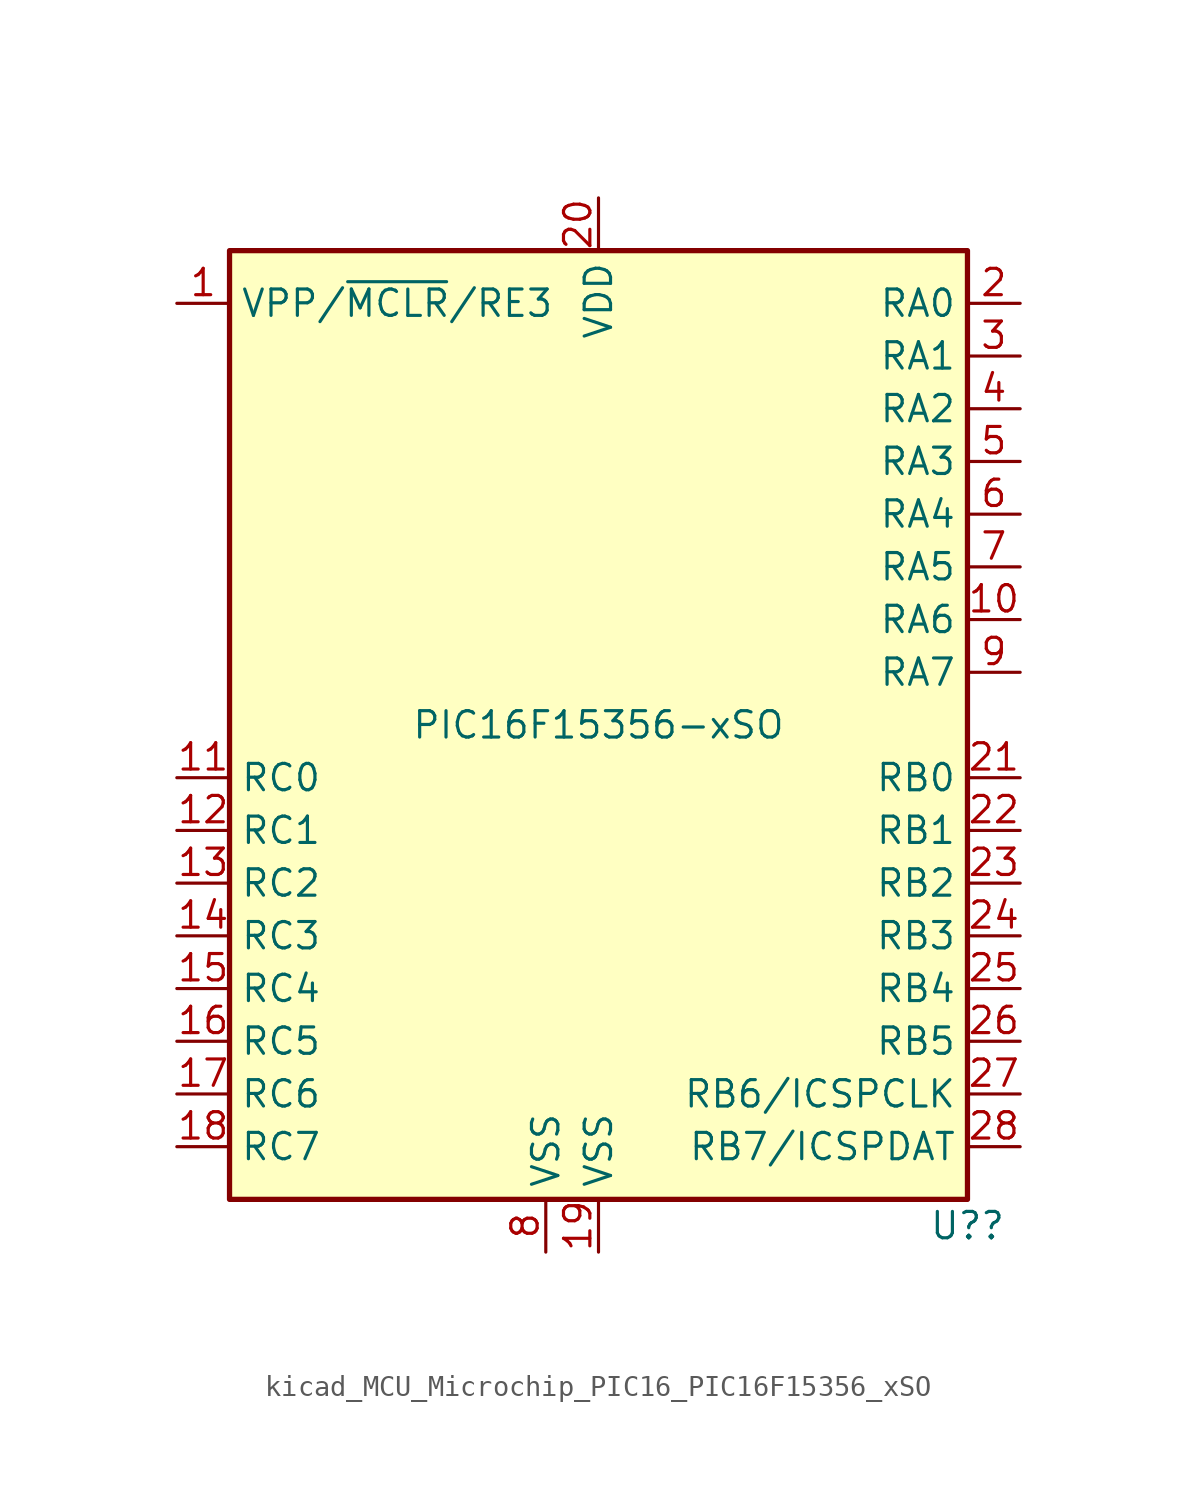
<source format=kicad_sym>
(kicad_symbol_lib
  (version 20220914)
  (generator kicad_symbol_editor)
  (symbol "kicad_MCU_Microchip_PIC16_PIC16F15356_xSO"
    (property "Reference" "U?"
      (at 17.78 -24.13 0)
      (effects (font (size 1.27 1.27))))
    (property "Value" "PIC16F15356-xSO"
      (at 0 0 0)
      (effects (font (size 1.27 1.27))))
    (symbol "kicad_MCU_Microchip_PIC16_PIC16F15356_xSO_0_1"
      (rectangle (start 17.78 22.86) (end -17.78 -22.86) (stroke (width 0.254) (type default)) (fill (type background))))
    (symbol "kicad_MCU_Microchip_PIC16_PIC16F15356_xSO_1_1"
      (pin bidirectional line (at -20.32 20.32 0) (length 2.54) (name "VPP/~{MCLR}/RE3" (effects (font (size 1.27 1.27)))) (number "1" (effects (font (size 1.27 1.27)))))
      (pin bidirectional line (at 20.32 5.08 180) (length 2.54) (name "RA6" (effects (font (size 1.27 1.27)))) (number "10" (effects (font (size 1.27 1.27)))))
      (pin bidirectional line (at -20.32 -2.54 0) (length 2.54) (name "RC0" (effects (font (size 1.27 1.27)))) (number "11" (effects (font (size 1.27 1.27)))))
      (pin bidirectional line (at -20.32 -5.08 0) (length 2.54) (name "RC1" (effects (font (size 1.27 1.27)))) (number "12" (effects (font (size 1.27 1.27)))))
      (pin bidirectional line (at -20.32 -7.62 0) (length 2.54) (name "RC2" (effects (font (size 1.27 1.27)))) (number "13" (effects (font (size 1.27 1.27)))))
      (pin bidirectional line (at -20.32 -10.16 0) (length 2.54) (name "RC3" (effects (font (size 1.27 1.27)))) (number "14" (effects (font (size 1.27 1.27)))))
      (pin bidirectional line (at -20.32 -12.7 0) (length 2.54) (name "RC4" (effects (font (size 1.27 1.27)))) (number "15" (effects (font (size 1.27 1.27)))))
      (pin bidirectional line (at -20.32 -15.24 0) (length 2.54) (name "RC5" (effects (font (size 1.27 1.27)))) (number "16" (effects (font (size 1.27 1.27)))))
      (pin bidirectional line (at -20.32 -17.78 0) (length 2.54) (name "RC6" (effects (font (size 1.27 1.27)))) (number "17" (effects (font (size 1.27 1.27)))))
      (pin bidirectional line (at -20.32 -20.32 0) (length 2.54) (name "RC7" (effects (font (size 1.27 1.27)))) (number "18" (effects (font (size 1.27 1.27)))))
      (pin power_in line (at 0 -25.4 90) (length 2.54) (name "VSS" (effects (font (size 1.27 1.27)))) (number "19" (effects (font (size 1.27 1.27)))))
      (pin bidirectional line (at 20.32 20.32 180) (length 2.54) (name "RA0" (effects (font (size 1.27 1.27)))) (number "2" (effects (font (size 1.27 1.27)))))
      (pin power_in line (at 0 25.4 270) (length 2.54) (name "VDD" (effects (font (size 1.27 1.27)))) (number "20" (effects (font (size 1.27 1.27)))))
      (pin bidirectional line (at 20.32 -2.54 180) (length 2.54) (name "RB0" (effects (font (size 1.27 1.27)))) (number "21" (effects (font (size 1.27 1.27)))))
      (pin bidirectional line (at 20.32 -5.08 180) (length 2.54) (name "RB1" (effects (font (size 1.27 1.27)))) (number "22" (effects (font (size 1.27 1.27)))))
      (pin bidirectional line (at 20.32 -7.62 180) (length 2.54) (name "RB2" (effects (font (size 1.27 1.27)))) (number "23" (effects (font (size 1.27 1.27)))))
      (pin bidirectional line (at 20.32 -10.16 180) (length 2.54) (name "RB3" (effects (font (size 1.27 1.27)))) (number "24" (effects (font (size 1.27 1.27)))))
      (pin bidirectional line (at 20.32 -12.7 180) (length 2.54) (name "RB4" (effects (font (size 1.27 1.27)))) (number "25" (effects (font (size 1.27 1.27)))))
      (pin bidirectional line (at 20.32 -15.24 180) (length 2.54) (name "RB5" (effects (font (size 1.27 1.27)))) (number "26" (effects (font (size 1.27 1.27)))))
      (pin bidirectional line (at 20.32 -17.78 180) (length 2.54) (name "RB6/ICSPCLK" (effects (font (size 1.27 1.27)))) (number "27" (effects (font (size 1.27 1.27)))))
      (pin bidirectional line (at 20.32 -20.32 180) (length 2.54) (name "RB7/ICSPDAT" (effects (font (size 1.27 1.27)))) (number "28" (effects (font (size 1.27 1.27)))))
      (pin bidirectional line (at 20.32 17.78 180) (length 2.54) (name "RA1" (effects (font (size 1.27 1.27)))) (number "3" (effects (font (size 1.27 1.27)))))
      (pin bidirectional line (at 20.32 15.24 180) (length 2.54) (name "RA2" (effects (font (size 1.27 1.27)))) (number "4" (effects (font (size 1.27 1.27)))))
      (pin bidirectional line (at 20.32 12.7 180) (length 2.54) (name "RA3" (effects (font (size 1.27 1.27)))) (number "5" (effects (font (size 1.27 1.27)))))
      (pin bidirectional line (at 20.32 10.16 180) (length 2.54) (name "RA4" (effects (font (size 1.27 1.27)))) (number "6" (effects (font (size 1.27 1.27)))))
      (pin bidirectional line (at 20.32 7.62 180) (length 2.54) (name "RA5" (effects (font (size 1.27 1.27)))) (number "7" (effects (font (size 1.27 1.27)))))
      (pin power_in line (at -2.54 -25.4 90) (length 2.54) (name "VSS" (effects (font (size 1.27 1.27)))) (number "8" (effects (font (size 1.27 1.27)))))
      (pin bidirectional line (at 20.32 2.54 180) (length 2.54) (name "RA7" (effects (font (size 1.27 1.27)))) (number "9" (effects (font (size 1.27 1.27))))))))
</source>
